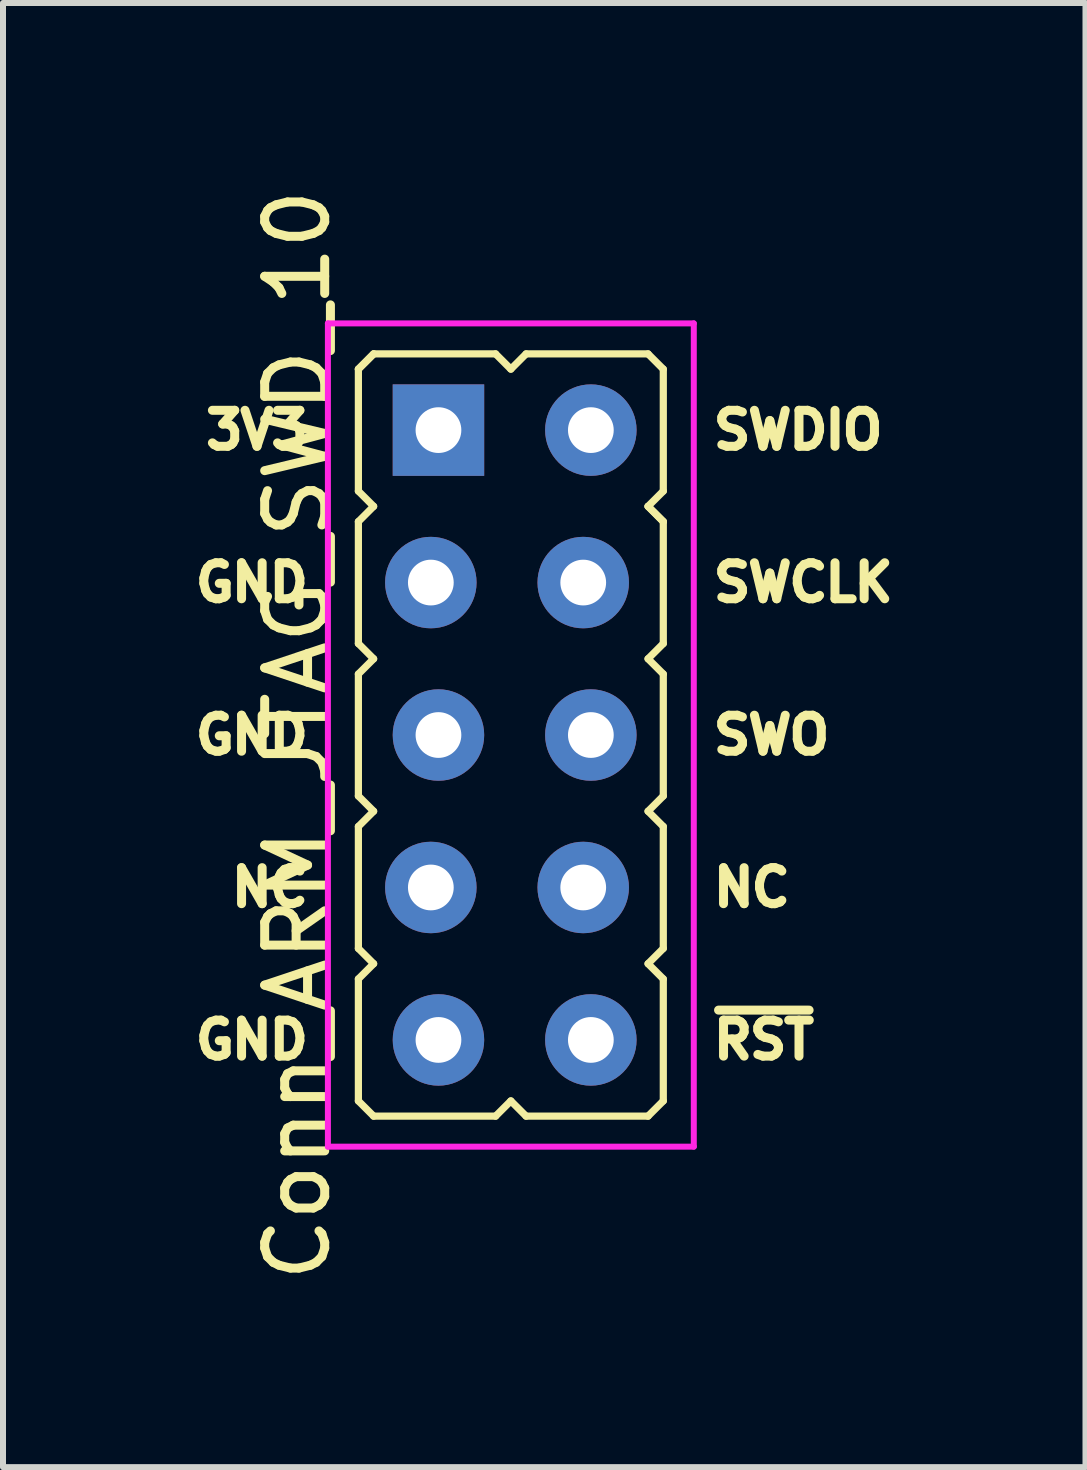
<source format=kicad_pcb>
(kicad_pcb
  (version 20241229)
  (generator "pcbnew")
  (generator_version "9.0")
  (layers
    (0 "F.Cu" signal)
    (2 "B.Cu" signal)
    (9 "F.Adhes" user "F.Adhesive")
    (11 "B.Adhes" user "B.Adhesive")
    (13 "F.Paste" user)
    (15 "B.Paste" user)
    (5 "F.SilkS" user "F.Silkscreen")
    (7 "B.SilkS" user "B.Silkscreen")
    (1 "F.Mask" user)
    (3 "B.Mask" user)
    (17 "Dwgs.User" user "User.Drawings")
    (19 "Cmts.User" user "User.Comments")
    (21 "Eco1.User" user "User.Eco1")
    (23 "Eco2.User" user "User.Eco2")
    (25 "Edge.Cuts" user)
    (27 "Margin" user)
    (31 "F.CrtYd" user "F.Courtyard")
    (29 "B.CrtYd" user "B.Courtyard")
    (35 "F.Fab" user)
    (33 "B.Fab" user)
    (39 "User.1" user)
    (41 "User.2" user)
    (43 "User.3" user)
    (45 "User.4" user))
  (footprint "Conn_ARM_JTAG_SWD_10"
    (layer "F.Cu")
    (at 5.461 9.196)
    (property "Reference" "Conn_ARM_JTAG_SWD_10" (at -3.556 0 90) (layer "F.SilkS") (effects (font (size 1 1) (thickness 0.15))))
    (attr through_hole)
    (fp_line (start -2.54 -6.096) (end -2.286 -6.35) (stroke (width 0.12) (type solid)) (layer "F.SilkS"))
    (fp_line (start -2.54 -6.096) (end -2.286 -6.35) (stroke (width 0.12) (type solid)) (layer "F.SilkS"))
    (fp_line (start -2.54 -4.064) (end -2.54 -6.096) (stroke (width 0.12) (type solid)) (layer "F.SilkS"))
    (fp_line (start -2.54 -3.556) (end -2.286 -3.81) (stroke (width 0.12) (type solid)) (layer "F.SilkS"))
    (fp_line (start -2.54 -1.524) (end -2.54 -3.556) (stroke (width 0.12) (type solid)) (layer "F.SilkS"))
    (fp_line (start -2.54 -1.016) (end -2.286 -1.27) (stroke (width 0.12) (type solid)) (layer "F.SilkS"))
    (fp_line (start -2.54 1.016) (end -2.54 -1.016) (stroke (width 0.12) (type solid)) (layer "F.SilkS"))
    (fp_line (start -2.54 1.524) (end -2.286 1.27) (stroke (width 0.12) (type solid)) (layer "F.SilkS"))
    (fp_line (start -2.54 3.556) (end -2.54 1.524) (stroke (width 0.12) (type solid)) (layer "F.SilkS"))
    (fp_line (start -2.54 4.064) (end -2.286 3.81) (stroke (width 0.12) (type solid)) (layer "F.SilkS"))
    (fp_line (start -2.54 6.096) (end -2.54 4.064) (stroke (width 0.12) (type solid)) (layer "F.SilkS"))
    (fp_line (start -2.286 -3.81) (end -2.54 -4.064) (stroke (width 0.12) (type solid)) (layer "F.SilkS"))
    (fp_line (start -2.286 -1.27) (end -2.54 -1.524) (stroke (width 0.12) (type solid)) (layer "F.SilkS"))
    (fp_line (start -2.286 1.27) (end -2.54 1.016) (stroke (width 0.12) (type solid)) (layer "F.SilkS"))
    (fp_line (start -2.286 3.81) (end -2.54 3.556) (stroke (width 0.12) (type solid)) (layer "F.SilkS"))
    (fp_line (start -2.286 6.35) (end -2.54 6.096) (stroke (width 0.12) (type solid)) (layer "F.SilkS"))
    (fp_line (start -0.254 -6.35) (end -2.286 -6.35) (stroke (width 0.12) (type solid)) (layer "F.SilkS"))
    (fp_line (start -0.254 6.35) (end -2.286 6.35) (stroke (width 0.12) (type solid)) (layer "F.SilkS"))
    (fp_line (start -0.254 6.35) (end 0 6.096) (stroke (width 0.12) (type solid)) (layer "F.SilkS"))
    (fp_line (start 0 -6.096) (end -0.254 -6.35) (stroke (width 0.12) (type solid)) (layer "F.SilkS"))
    (fp_line (start 0.254 -6.35) (end 0 -6.096) (stroke (width 0.12) (type solid)) (layer "F.SilkS"))
    (fp_line (start 0.254 -6.35) (end 2.286 -6.35) (stroke (width 0.12) (type solid)) (layer "F.SilkS"))
    (fp_line (start 0.254 6.35) (end 0 6.096) (stroke (width 0.12) (type solid)) (layer "F.SilkS"))
    (fp_line (start 2.286 -6.35) (end 2.54 -6.096) (stroke (width 0.12) (type solid)) (layer "F.SilkS"))
    (fp_line (start 2.286 -3.81) (end 2.54 -3.556) (stroke (width 0.12) (type solid)) (layer "F.SilkS"))
    (fp_line (start 2.286 -3.81) (end 2.54 -3.556) (stroke (width 0.12) (type solid)) (layer "F.SilkS"))
    (fp_line (start 2.286 -1.27) (end 2.54 -1.016) (stroke (width 0.12) (type solid)) (layer "F.SilkS"))
    (fp_line (start 2.286 1.27) (end 2.54 1.524) (stroke (width 0.12) (type solid)) (layer "F.SilkS"))
    (fp_line (start 2.286 3.81) (end 2.54 4.064) (stroke (width 0.12) (type solid)) (layer "F.SilkS"))
    (fp_line (start 2.286 6.35) (end 0.254 6.35) (stroke (width 0.12) (type solid)) (layer "F.SilkS"))
    (fp_line (start 2.54 -6.096) (end 2.54 -4.064) (stroke (width 0.12) (type solid)) (layer "F.SilkS"))
    (fp_line (start 2.54 -4.064) (end 2.286 -3.81) (stroke (width 0.12) (type solid)) (layer "F.SilkS"))
    (fp_line (start 2.54 -3.556) (end 2.54 -1.524) (stroke (width 0.12) (type solid)) (layer "F.SilkS"))
    (fp_line (start 2.54 -1.524) (end 2.286 -1.27) (stroke (width 0.12) (type solid)) (layer "F.SilkS"))
    (fp_line (start 2.54 -1.016) (end 2.54 1.016) (stroke (width 0.12) (type solid)) (layer "F.SilkS"))
    (fp_line (start 2.54 1.016) (end 2.286 1.27) (stroke (width 0.12) (type solid)) (layer "F.SilkS"))
    (fp_line (start 2.54 1.524) (end 2.54 3.556) (stroke (width 0.12) (type solid)) (layer "F.SilkS"))
    (fp_line (start 2.54 3.556) (end 2.286 3.81) (stroke (width 0.12) (type solid)) (layer "F.SilkS"))
    (fp_line (start 2.54 4.064) (end 2.54 6.096) (stroke (width 0.12) (type solid)) (layer "F.SilkS"))
    (fp_line (start 2.54 6.096) (end 2.286 6.35) (stroke (width 0.12) (type solid)) (layer "F.SilkS"))
    (fp_line (start -3.048 6.858) (end -3.048 -6.858) (stroke (width 0.1) (type solid)) (layer "F.CrtYd"))
    (fp_line (start -3.048 6.858) (end 3.048 6.858) (stroke (width 0.1) (type solid)) (layer "F.CrtYd"))
    (fp_line (start 3.048 -6.858) (end -3.048 -6.858) (stroke (width 0.1) (type solid)) (layer "F.CrtYd"))
    (fp_line (start 3.048 -6.858) (end 3.048 6.858) (stroke (width 0.1) (type solid)) (layer "F.CrtYd"))
    (fp_text user "SWDIO" (at 3.302 -5.08 0) (layer "F.SilkS") (effects (font (size 0.6 0.6) (thickness 0.15)) (justify left)))
    (fp_text user "NC" (at -3.302 2.54 0) (layer "F.SilkS") (effects (font (size 0.6 0.6) (thickness 0.15)) (justify right)))
    (fp_text user "GND" (at -3.302 0 0) (layer "F.SilkS") (effects (font (size 0.6 0.6) (thickness 0.15)) (justify right)))
    (fp_text user "NC" (at 3.302 2.54 0) (layer "F.SilkS") (effects (font (size 0.6 0.6) (thickness 0.15)) (justify left)))
    (fp_text user "GND" (at -3.302 -2.54 0) (layer "F.SilkS") (effects (font (size 0.6 0.6) (thickness 0.15)) (justify right)))
    (fp_text user "SWCLK" (at 3.302 -2.54 0) (layer "F.SilkS") (effects (font (size 0.6 0.6) (thickness 0.15)) (justify left)))
    (fp_text user "3V3" (at -3.302 -5.08 0) (layer "F.SilkS") (effects (font (size 0.6 0.6) (thickness 0.15)) (justify right)))
    (fp_text user "~{RST}" (at 3.302 5.08 0) (layer "F.SilkS") (effects (font (size 0.6 0.6) (thickness 0.15)) (justify left)))
    (fp_text user "GND" (at -3.302 5.08 0) (layer "F.SilkS") (effects (font (size 0.6 0.6) (thickness 0.15)) (justify right)))
    (fp_text user "SWO" (at 3.302 0 0) (layer "F.SilkS") (effects (font (size 0.6 0.6) (thickness 0.15)) (justify left)))
    (pad "1" thru_hole rect (at -1.206 -5.08) (size 1.524 1.524) (drill 0.762) (layers "*.Cu" "*.Mask"))
    (pad "2" thru_hole oval (at 1.333 -5.08) (size 1.524 1.524) (drill 0.762) (layers "*.Cu" "*.Mask"))
    (pad "3" thru_hole oval (at -1.333 -2.54) (size 1.524 1.524) (drill 0.762) (layers "*.Cu" "*.Mask"))
    (pad "4" thru_hole oval (at 1.206 -2.54) (size 1.524 1.524) (drill 0.762) (layers "*.Cu" "*.Mask"))
    (pad "5" thru_hole oval (at -1.206 0) (size 1.524 1.524) (drill 0.762) (layers "*.Cu" "*.Mask"))
    (pad "6" thru_hole oval (at 1.333 0) (size 1.524 1.524) (drill 0.762) (layers "*.Cu" "*.Mask"))
    (pad "7" thru_hole oval (at -1.333 2.54) (size 1.524 1.524) (drill 0.762) (layers "*.Cu" "*.Mask"))
    (pad "8" thru_hole oval (at 1.206 2.54) (size 1.524 1.524) (drill 0.762) (layers "*.Cu" "*.Mask"))
    (pad "9" thru_hole oval (at -1.206 5.08) (size 1.524 1.524) (drill 0.762) (layers "*.Cu" "*.Mask"))
    (pad "10" thru_hole oval (at 1.333 5.08) (size 1.524 1.524) (drill 0.762) (layers "*.Cu" "*.Mask")))
  (gr_rect
    (start -3 -3)
    (end 15.035 21.393)
    (stroke (width 0.1) (type default))
    (fill no)
    (layer "Edge.Cuts")))
</source>
